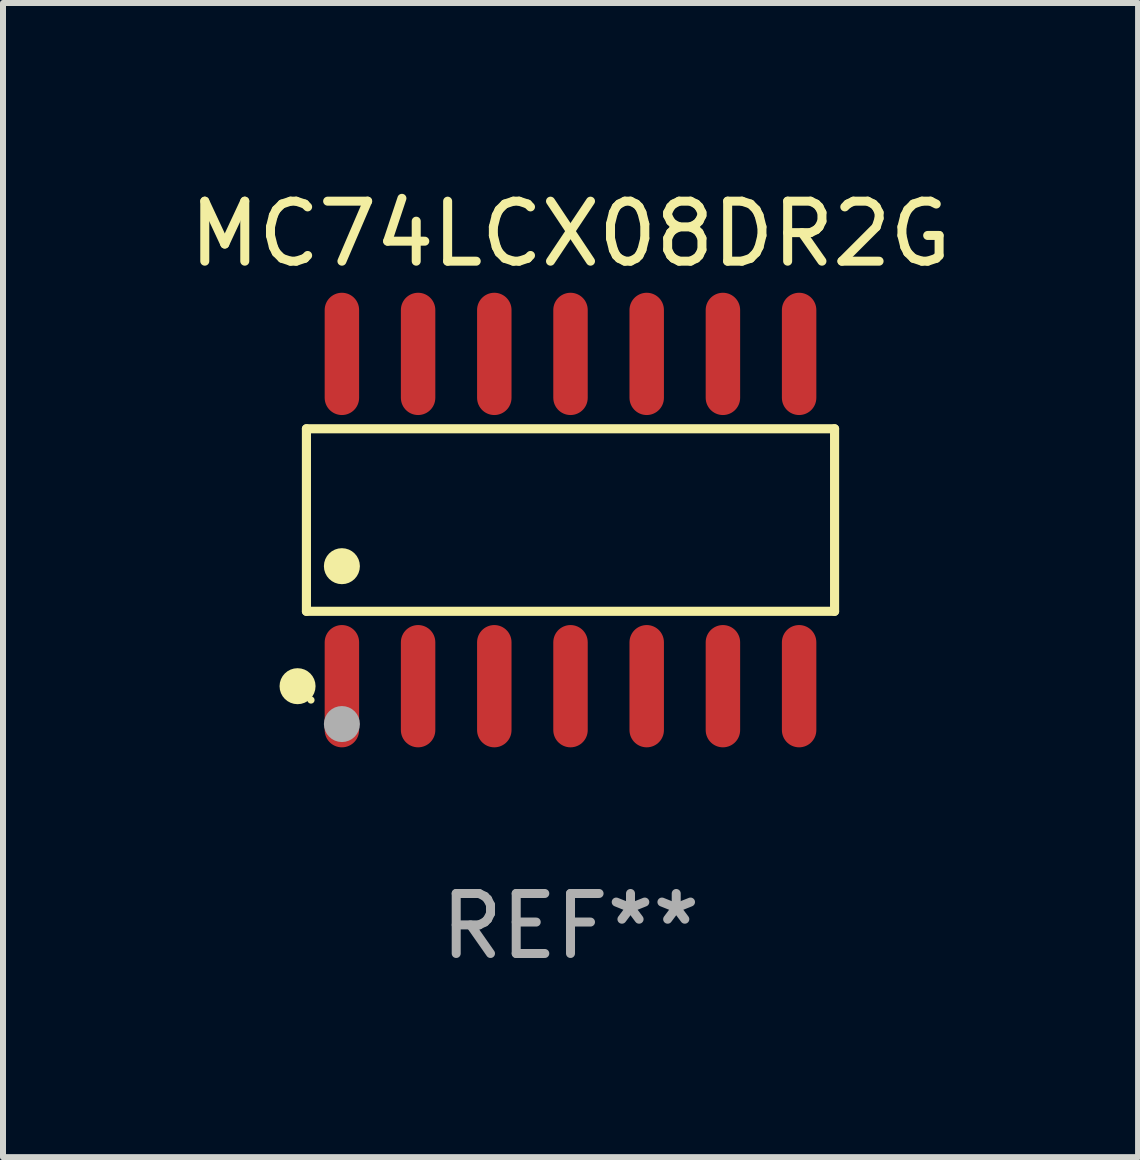
<source format=kicad_pcb>
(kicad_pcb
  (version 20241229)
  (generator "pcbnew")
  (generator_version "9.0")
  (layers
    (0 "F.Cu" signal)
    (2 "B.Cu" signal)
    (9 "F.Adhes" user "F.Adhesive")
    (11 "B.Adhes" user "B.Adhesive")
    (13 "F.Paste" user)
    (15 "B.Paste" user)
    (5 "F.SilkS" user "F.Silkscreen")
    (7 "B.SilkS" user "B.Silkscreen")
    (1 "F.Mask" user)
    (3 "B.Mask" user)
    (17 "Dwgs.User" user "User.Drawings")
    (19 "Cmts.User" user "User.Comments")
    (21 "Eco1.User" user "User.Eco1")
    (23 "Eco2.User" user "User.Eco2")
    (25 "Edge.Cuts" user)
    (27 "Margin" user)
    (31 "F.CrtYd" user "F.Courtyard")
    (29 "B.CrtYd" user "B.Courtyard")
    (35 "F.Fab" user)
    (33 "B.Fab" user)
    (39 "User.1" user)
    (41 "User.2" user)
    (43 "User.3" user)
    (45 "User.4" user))
  (footprint "MC74LCX08DR2G"
    (layer "F.Cu")
    (at 6.458 5.617)
    (property "Reference" "MC74LCX08DR2G" (at 0 -4.769 0) (layer "F.SilkS") (effects (font (size 1 1) (thickness 0.15))))
    (attr through_hole)
    (fp_line (start -4.401 -1.521) (end 4.401 -1.521) (stroke (width 0.152) (type solid)) (layer "F.SilkS"))
    (fp_line (start -4.401 1.521) (end -4.401 -1.521) (stroke (width 0.152) (type solid)) (layer "F.SilkS"))
    (fp_line (start 4.401 -1.521) (end 4.401 1.521) (stroke (width 0.152) (type solid)) (layer "F.SilkS"))
    (fp_line (start 4.401 1.521) (end -4.401 1.521) (stroke (width 0.152) (type solid)) (layer "F.SilkS"))
    (fp_circle (center -4.549 2.769) (end -4.399 2.769) (stroke (width 0.3) (type solid)) (fill no) (layer "F.SilkS"))
    (fp_circle (center -4.325 3) (end -4.295 3) (stroke (width 0.06) (type solid)) (fill no) (layer "F.SilkS"))
    (fp_circle (center -3.81 0.769) (end -3.66 0.769) (stroke (width 0.3) (type solid)) (fill no) (layer "F.SilkS"))
    (fp_circle (center -3.81 3.4) (end -3.66 3.4) (stroke (width 0.3) (type solid)) (fill no) (layer "F.Fab"))
    (fp_text user "REF**" (at 0 6.769 0) (layer "F.Fab") (effects (font (size 1 1) (thickness 0.15))))
    (pad "1" smd oval (at -3.81 2.769) (size 0.574 2.038) (layers "F.Cu" "F.Mask" "F.Paste"))
    (pad "2" smd oval (at -2.54 2.769) (size 0.574 2.038) (layers "F.Cu" "F.Mask" "F.Paste"))
    (pad "3" smd oval (at -1.27 2.769) (size 0.574 2.038) (layers "F.Cu" "F.Mask" "F.Paste"))
    (pad "4" smd oval (at 0 2.769) (size 0.574 2.038) (layers "F.Cu" "F.Mask" "F.Paste"))
    (pad "5" smd oval (at 1.27 2.769) (size 0.574 2.038) (layers "F.Cu" "F.Mask" "F.Paste"))
    (pad "6" smd oval (at 2.54 2.769) (size 0.574 2.038) (layers "F.Cu" "F.Mask" "F.Paste"))
    (pad "7" smd oval (at 3.81 2.769) (size 0.574 2.038) (layers "F.Cu" "F.Mask" "F.Paste"))
    (pad "8" smd oval (at 3.81 -2.769) (size 0.574 2.038) (layers "F.Cu" "F.Mask" "F.Paste"))
    (pad "9" smd oval (at 2.54 -2.769) (size 0.574 2.038) (layers "F.Cu" "F.Mask" "F.Paste"))
    (pad "10" smd oval (at 1.27 -2.769) (size 0.574 2.038) (layers "F.Cu" "F.Mask" "F.Paste"))
    (pad "11" smd oval (at 0 -2.769) (size 0.574 2.038) (layers "F.Cu" "F.Mask" "F.Paste"))
    (pad "12" smd oval (at -1.27 -2.769) (size 0.574 2.038) (layers "F.Cu" "F.Mask" "F.Paste"))
    (pad "13" smd oval (at -2.54 -2.769) (size 0.574 2.038) (layers "F.Cu" "F.Mask" "F.Paste"))
    (pad "14" smd oval (at -3.81 -2.769) (size 0.574 2.038) (layers "F.Cu" "F.Mask" "F.Paste")))
  (gr_rect
    (start -3 -3)
    (end 15.917 16.235)
    (stroke (width 0.1) (type default))
    (fill no)
    (layer "Edge.Cuts")))
</source>
